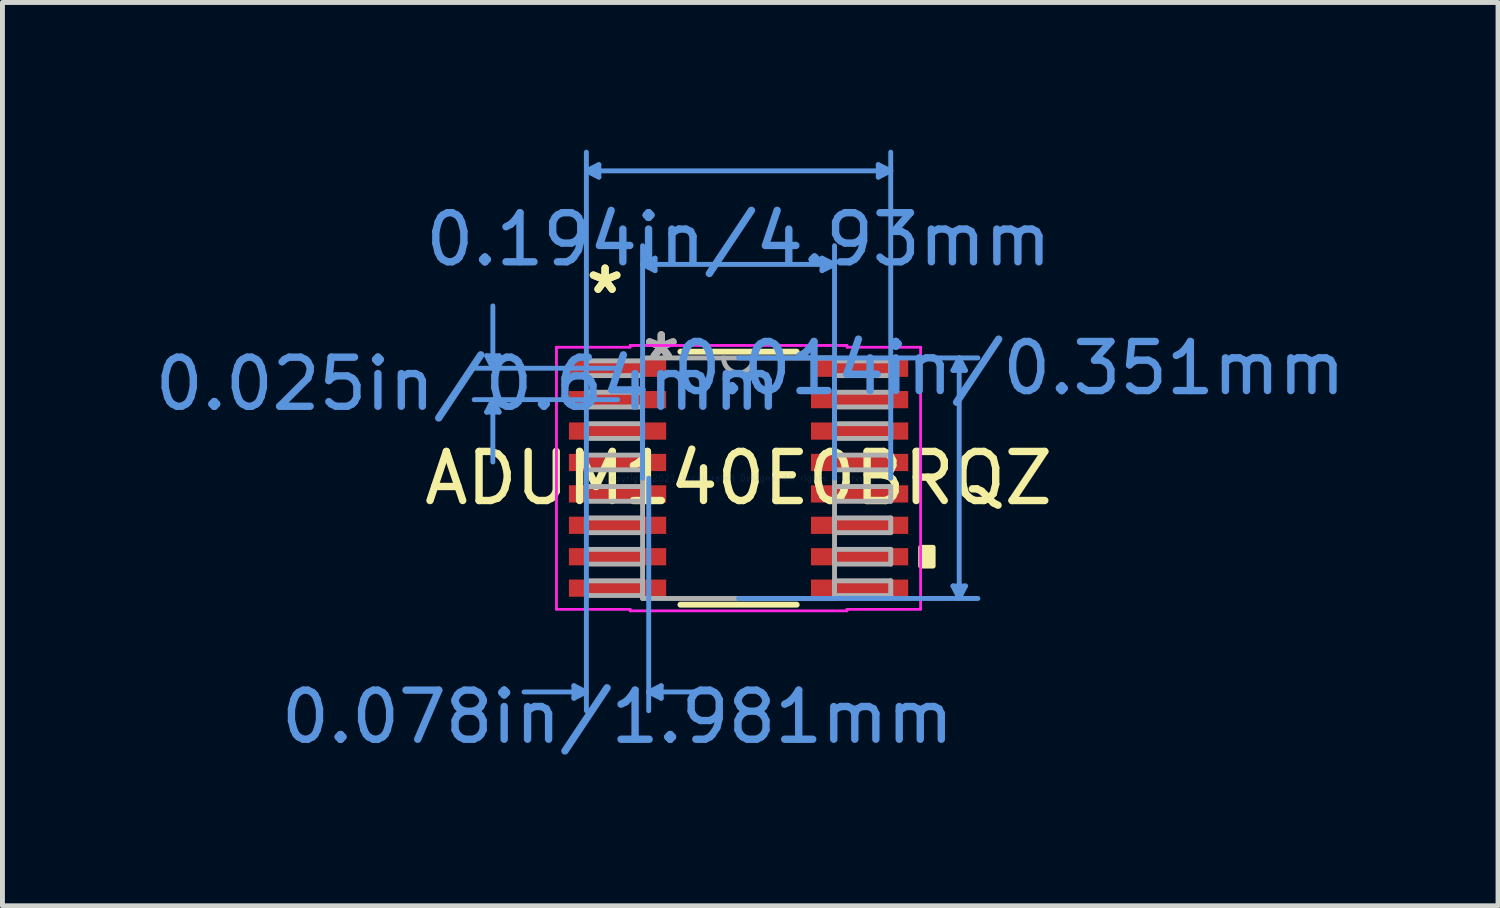
<source format=kicad_pcb>
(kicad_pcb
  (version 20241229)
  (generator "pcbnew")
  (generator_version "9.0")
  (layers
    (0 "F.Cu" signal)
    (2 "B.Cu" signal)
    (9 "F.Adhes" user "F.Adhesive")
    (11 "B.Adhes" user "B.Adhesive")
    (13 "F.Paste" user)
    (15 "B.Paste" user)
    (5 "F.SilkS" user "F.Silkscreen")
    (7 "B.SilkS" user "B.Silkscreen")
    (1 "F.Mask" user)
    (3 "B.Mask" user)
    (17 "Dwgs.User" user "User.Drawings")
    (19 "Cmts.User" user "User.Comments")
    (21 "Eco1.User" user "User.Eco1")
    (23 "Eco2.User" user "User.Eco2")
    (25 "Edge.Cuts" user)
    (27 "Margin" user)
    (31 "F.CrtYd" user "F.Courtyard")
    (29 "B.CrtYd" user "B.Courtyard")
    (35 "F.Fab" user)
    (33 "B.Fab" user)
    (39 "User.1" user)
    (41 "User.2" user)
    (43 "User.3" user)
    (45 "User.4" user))
  (footprint "ADUM140E0BRQZ"
    (layer "F.Cu")
    (at 11.995 6.691)
    (property "Reference" "ADUM140E0BRQZ" (at 0 0 0) (layer "F.SilkS") (effects (font (size 1 1) (thickness 0.15))))
    (attr through_hole)
    (fp_line (start -1.184 2.577) (end 1.184 2.577) (stroke (width 0.12) (type solid)) (layer "F.SilkS"))
    (fp_line (start 1.184 -2.577) (end -1.184 -2.577) (stroke (width 0.12) (type solid)) (layer "F.SilkS"))
    (fp_poly (pts (xy 3.964 1.409) (xy 3.964 1.79) (xy 3.71 1.79) (xy 3.71 1.409)) (stroke (width 0.1) (type solid)) (fill yes) (layer "F.SilkS"))
    (fp_line (start -5.132 -2.494) (end -4.878 -2.494) (stroke (width 0.1) (type solid)) (layer "Cmts.User"))
    (fp_line (start -5.132 -1.346) (end -4.878 -1.346) (stroke (width 0.1) (type solid)) (layer "Cmts.User"))
    (fp_line (start -5.005 -2.24) (end -5.132 -2.494) (stroke (width 0.1) (type solid)) (layer "Cmts.User"))
    (fp_line (start -5.005 -2.24) (end -5.005 -3.51) (stroke (width 0.1) (type solid)) (layer "Cmts.User"))
    (fp_line (start -5.005 -2.24) (end -4.878 -2.494) (stroke (width 0.1) (type solid)) (layer "Cmts.User"))
    (fp_line (start -5.005 -1.6) (end -5.132 -1.346) (stroke (width 0.1) (type solid)) (layer "Cmts.User"))
    (fp_line (start -5.005 -1.6) (end -5.005 -0.33) (stroke (width 0.1) (type solid)) (layer "Cmts.User"))
    (fp_line (start -5.005 -1.6) (end -4.878 -1.346) (stroke (width 0.1) (type solid)) (layer "Cmts.User"))
    (fp_line (start -3.354 4.228) (end -3.354 4.482) (stroke (width 0.1) (type solid)) (layer "Cmts.User"))
    (fp_line (start -3.1 -6.26) (end -2.846 -6.387) (stroke (width 0.1) (type solid)) (layer "Cmts.User"))
    (fp_line (start -3.1 -6.26) (end -2.846 -6.133) (stroke (width 0.1) (type solid)) (layer "Cmts.User"))
    (fp_line (start -3.1 -6.26) (end 3.1 -6.26) (stroke (width 0.1) (type solid)) (layer "Cmts.User"))
    (fp_line (start -3.1 0) (end -3.1 -6.641) (stroke (width 0.1) (type solid)) (layer "Cmts.User"))
    (fp_line (start -3.1 0) (end -3.1 4.736) (stroke (width 0.1) (type solid)) (layer "Cmts.User"))
    (fp_line (start -3.1 4.355) (end -4.37 4.355) (stroke (width 0.1) (type solid)) (layer "Cmts.User"))
    (fp_line (start -3.1 4.355) (end -3.354 4.228) (stroke (width 0.1) (type solid)) (layer "Cmts.User"))
    (fp_line (start -3.1 4.355) (end -3.354 4.482) (stroke (width 0.1) (type solid)) (layer "Cmts.User"))
    (fp_line (start -2.846 -6.387) (end -2.846 -6.133) (stroke (width 0.1) (type solid)) (layer "Cmts.User"))
    (fp_line (start -2.465 -2.24) (end -5.386 -2.24) (stroke (width 0.1) (type solid)) (layer "Cmts.User"))
    (fp_line (start -2.465 -1.6) (end -5.386 -1.6) (stroke (width 0.1) (type solid)) (layer "Cmts.User"))
    (fp_line (start -1.955 -4.355) (end -1.701 -4.482) (stroke (width 0.1) (type solid)) (layer "Cmts.User"))
    (fp_line (start -1.955 -4.355) (end -1.701 -4.228) (stroke (width 0.1) (type solid)) (layer "Cmts.User"))
    (fp_line (start -1.955 -4.355) (end 1.955 -4.355) (stroke (width 0.1) (type solid)) (layer "Cmts.User"))
    (fp_line (start -1.955 0) (end -1.955 -4.736) (stroke (width 0.1) (type solid)) (layer "Cmts.User"))
    (fp_line (start -1.83 0) (end -1.83 4.736) (stroke (width 0.1) (type solid)) (layer "Cmts.User"))
    (fp_line (start -1.83 4.355) (end -1.576 4.228) (stroke (width 0.1) (type solid)) (layer "Cmts.User"))
    (fp_line (start -1.83 4.355) (end -1.576 4.482) (stroke (width 0.1) (type solid)) (layer "Cmts.User"))
    (fp_line (start -1.83 4.355) (end -0.56 4.355) (stroke (width 0.1) (type solid)) (layer "Cmts.User"))
    (fp_line (start -1.701 -4.482) (end -1.701 -4.228) (stroke (width 0.1) (type solid)) (layer "Cmts.User"))
    (fp_line (start -1.576 4.228) (end -1.576 4.482) (stroke (width 0.1) (type solid)) (layer "Cmts.User"))
    (fp_line (start 0 -2.45) (end 4.876 -2.45) (stroke (width 0.1) (type solid)) (layer "Cmts.User"))
    (fp_line (start 0 2.45) (end 4.876 2.45) (stroke (width 0.1) (type solid)) (layer "Cmts.User"))
    (fp_line (start 1.701 -4.482) (end 1.701 -4.228) (stroke (width 0.1) (type solid)) (layer "Cmts.User"))
    (fp_line (start 1.955 -4.355) (end 1.701 -4.482) (stroke (width 0.1) (type solid)) (layer "Cmts.User"))
    (fp_line (start 1.955 -4.355) (end 1.701 -4.228) (stroke (width 0.1) (type solid)) (layer "Cmts.User"))
    (fp_line (start 1.955 0) (end 1.955 -4.736) (stroke (width 0.1) (type solid)) (layer "Cmts.User"))
    (fp_line (start 2.846 -6.387) (end 2.846 -6.133) (stroke (width 0.1) (type solid)) (layer "Cmts.User"))
    (fp_line (start 3.1 -6.26) (end 2.846 -6.387) (stroke (width 0.1) (type solid)) (layer "Cmts.User"))
    (fp_line (start 3.1 -6.26) (end 2.846 -6.133) (stroke (width 0.1) (type solid)) (layer "Cmts.User"))
    (fp_line (start 3.1 0) (end 3.1 -6.641) (stroke (width 0.1) (type solid)) (layer "Cmts.User"))
    (fp_line (start 4.368 -2.196) (end 4.622 -2.196) (stroke (width 0.1) (type solid)) (layer "Cmts.User"))
    (fp_line (start 4.368 2.196) (end 4.622 2.196) (stroke (width 0.1) (type solid)) (layer "Cmts.User"))
    (fp_line (start 4.495 -2.45) (end 4.368 -2.196) (stroke (width 0.1) (type solid)) (layer "Cmts.User"))
    (fp_line (start 4.495 -2.45) (end 4.495 2.45) (stroke (width 0.1) (type solid)) (layer "Cmts.User"))
    (fp_line (start 4.495 -2.45) (end 4.622 -2.196) (stroke (width 0.1) (type solid)) (layer "Cmts.User"))
    (fp_line (start 4.495 2.45) (end 4.368 2.196) (stroke (width 0.1) (type solid)) (layer "Cmts.User"))
    (fp_line (start 4.495 2.45) (end 4.622 2.196) (stroke (width 0.1) (type solid)) (layer "Cmts.User"))
    (fp_line (start -3.71 -2.669) (end -2.209 -2.669) (stroke (width 0.05) (type solid)) (layer "F.CrtYd"))
    (fp_line (start -3.71 -2.669) (end -2.209 -2.669) (stroke (width 0.05) (type solid)) (layer "F.CrtYd"))
    (fp_line (start -3.71 2.669) (end -3.71 -2.669) (stroke (width 0.05) (type solid)) (layer "F.CrtYd"))
    (fp_line (start -3.71 2.669) (end -3.71 -2.669) (stroke (width 0.05) (type solid)) (layer "F.CrtYd"))
    (fp_line (start -3.71 2.669) (end -2.209 2.669) (stroke (width 0.05) (type solid)) (layer "F.CrtYd"))
    (fp_line (start -2.209 -2.704) (end 2.209 -2.704) (stroke (width 0.05) (type solid)) (layer "F.CrtYd"))
    (fp_line (start -2.209 -2.704) (end 2.209 -2.704) (stroke (width 0.05) (type solid)) (layer "F.CrtYd"))
    (fp_line (start -2.209 -2.669) (end -2.209 -2.704) (stroke (width 0.05) (type solid)) (layer "F.CrtYd"))
    (fp_line (start -2.209 -2.669) (end -2.209 -2.704) (stroke (width 0.05) (type solid)) (layer "F.CrtYd"))
    (fp_line (start -2.209 2.669) (end -3.71 2.669) (stroke (width 0.05) (type solid)) (layer "F.CrtYd"))
    (fp_line (start -2.209 2.704) (end -2.209 2.669) (stroke (width 0.05) (type solid)) (layer "F.CrtYd"))
    (fp_line (start -2.209 2.704) (end -2.209 2.669) (stroke (width 0.05) (type solid)) (layer "F.CrtYd"))
    (fp_line (start 2.209 -2.704) (end 2.209 -2.669) (stroke (width 0.05) (type solid)) (layer "F.CrtYd"))
    (fp_line (start 2.209 -2.704) (end 2.209 -2.669) (stroke (width 0.05) (type solid)) (layer "F.CrtYd"))
    (fp_line (start 2.209 -2.669) (end 3.71 -2.669) (stroke (width 0.05) (type solid)) (layer "F.CrtYd"))
    (fp_line (start 2.209 2.669) (end 2.209 2.704) (stroke (width 0.05) (type solid)) (layer "F.CrtYd"))
    (fp_line (start 2.209 2.669) (end 2.209 2.704) (stroke (width 0.05) (type solid)) (layer "F.CrtYd"))
    (fp_line (start 2.209 2.704) (end -2.209 2.704) (stroke (width 0.05) (type solid)) (layer "F.CrtYd"))
    (fp_line (start 2.209 2.704) (end -2.209 2.704) (stroke (width 0.05) (type solid)) (layer "F.CrtYd"))
    (fp_line (start 3.71 -2.669) (end 2.209 -2.669) (stroke (width 0.05) (type solid)) (layer "F.CrtYd"))
    (fp_line (start 3.71 -2.669) (end 3.71 2.669) (stroke (width 0.05) (type solid)) (layer "F.CrtYd"))
    (fp_line (start 3.71 -2.669) (end 3.71 2.669) (stroke (width 0.05) (type solid)) (layer "F.CrtYd"))
    (fp_line (start 3.71 2.669) (end 2.209 2.669) (stroke (width 0.05) (type solid)) (layer "F.CrtYd"))
    (fp_line (start 3.71 2.669) (end 2.209 2.669) (stroke (width 0.05) (type solid)) (layer "F.CrtYd"))
    (fp_line (start -3.1 -2.39) (end -3.1 -2.09) (stroke (width 0.1) (type solid)) (layer "F.Fab"))
    (fp_line (start -3.1 -2.09) (end -1.955 -2.09) (stroke (width 0.1) (type solid)) (layer "F.Fab"))
    (fp_line (start -3.1 -1.75) (end -3.1 -1.45) (stroke (width 0.1) (type solid)) (layer "F.Fab"))
    (fp_line (start -3.1 -1.45) (end -1.955 -1.45) (stroke (width 0.1) (type solid)) (layer "F.Fab"))
    (fp_line (start -3.1 -1.11) (end -3.1 -0.81) (stroke (width 0.1) (type solid)) (layer "F.Fab"))
    (fp_line (start -3.1 -0.81) (end -1.955 -0.81) (stroke (width 0.1) (type solid)) (layer "F.Fab"))
    (fp_line (start -3.1 -0.47) (end -3.1 -0.17) (stroke (width 0.1) (type solid)) (layer "F.Fab"))
    (fp_line (start -3.1 -0.17) (end -1.955 -0.17) (stroke (width 0.1) (type solid)) (layer "F.Fab"))
    (fp_line (start -3.1 0.17) (end -3.1 0.47) (stroke (width 0.1) (type solid)) (layer "F.Fab"))
    (fp_line (start -3.1 0.47) (end -1.955 0.47) (stroke (width 0.1) (type solid)) (layer "F.Fab"))
    (fp_line (start -3.1 0.81) (end -3.1 1.11) (stroke (width 0.1) (type solid)) (layer "F.Fab"))
    (fp_line (start -3.1 1.11) (end -1.955 1.11) (stroke (width 0.1) (type solid)) (layer "F.Fab"))
    (fp_line (start -3.1 1.45) (end -3.1 1.75) (stroke (width 0.1) (type solid)) (layer "F.Fab"))
    (fp_line (start -3.1 1.75) (end -1.955 1.75) (stroke (width 0.1) (type solid)) (layer "F.Fab"))
    (fp_line (start -3.1 2.09) (end -3.1 2.39) (stroke (width 0.1) (type solid)) (layer "F.Fab"))
    (fp_line (start -3.1 2.39) (end -1.955 2.39) (stroke (width 0.1) (type solid)) (layer "F.Fab"))
    (fp_line (start -1.955 -2.45) (end -1.955 2.45) (stroke (width 0.1) (type solid)) (layer "F.Fab"))
    (fp_line (start -1.955 -2.39) (end -3.1 -2.39) (stroke (width 0.1) (type solid)) (layer "F.Fab"))
    (fp_line (start -1.955 -2.09) (end -1.955 -2.39) (stroke (width 0.1) (type solid)) (layer "F.Fab"))
    (fp_line (start -1.955 -1.75) (end -3.1 -1.75) (stroke (width 0.1) (type solid)) (layer "F.Fab"))
    (fp_line (start -1.955 -1.45) (end -1.955 -1.75) (stroke (width 0.1) (type solid)) (layer "F.Fab"))
    (fp_line (start -1.955 -1.11) (end -3.1 -1.11) (stroke (width 0.1) (type solid)) (layer "F.Fab"))
    (fp_line (start -1.955 -0.81) (end -1.955 -1.11) (stroke (width 0.1) (type solid)) (layer "F.Fab"))
    (fp_line (start -1.955 -0.47) (end -3.1 -0.47) (stroke (width 0.1) (type solid)) (layer "F.Fab"))
    (fp_line (start -1.955 -0.17) (end -1.955 -0.47) (stroke (width 0.1) (type solid)) (layer "F.Fab"))
    (fp_line (start -1.955 0.17) (end -3.1 0.17) (stroke (width 0.1) (type solid)) (layer "F.Fab"))
    (fp_line (start -1.955 0.47) (end -1.955 0.17) (stroke (width 0.1) (type solid)) (layer "F.Fab"))
    (fp_line (start -1.955 0.81) (end -3.1 0.81) (stroke (width 0.1) (type solid)) (layer "F.Fab"))
    (fp_line (start -1.955 1.11) (end -1.955 0.81) (stroke (width 0.1) (type solid)) (layer "F.Fab"))
    (fp_line (start -1.955 1.45) (end -3.1 1.45) (stroke (width 0.1) (type solid)) (layer "F.Fab"))
    (fp_line (start -1.955 1.75) (end -1.955 1.45) (stroke (width 0.1) (type solid)) (layer "F.Fab"))
    (fp_line (start -1.955 2.09) (end -3.1 2.09) (stroke (width 0.1) (type solid)) (layer "F.Fab"))
    (fp_line (start -1.955 2.39) (end -1.955 2.09) (stroke (width 0.1) (type solid)) (layer "F.Fab"))
    (fp_line (start -1.955 2.45) (end 1.955 2.45) (stroke (width 0.1) (type solid)) (layer "F.Fab"))
    (fp_line (start 1.955 -2.45) (end -1.955 -2.45) (stroke (width 0.1) (type solid)) (layer "F.Fab"))
    (fp_line (start 1.955 -2.39) (end 1.955 -2.09) (stroke (width 0.1) (type solid)) (layer "F.Fab"))
    (fp_line (start 1.955 -2.09) (end 3.1 -2.09) (stroke (width 0.1) (type solid)) (layer "F.Fab"))
    (fp_line (start 1.955 -1.75) (end 1.955 -1.45) (stroke (width 0.1) (type solid)) (layer "F.Fab"))
    (fp_line (start 1.955 -1.45) (end 3.1 -1.45) (stroke (width 0.1) (type solid)) (layer "F.Fab"))
    (fp_line (start 1.955 -1.11) (end 1.955 -0.81) (stroke (width 0.1) (type solid)) (layer "F.Fab"))
    (fp_line (start 1.955 -0.81) (end 3.1 -0.81) (stroke (width 0.1) (type solid)) (layer "F.Fab"))
    (fp_line (start 1.955 -0.47) (end 1.955 -0.17) (stroke (width 0.1) (type solid)) (layer "F.Fab"))
    (fp_line (start 1.955 -0.17) (end 3.1 -0.17) (stroke (width 0.1) (type solid)) (layer "F.Fab"))
    (fp_line (start 1.955 0.17) (end 1.955 0.47) (stroke (width 0.1) (type solid)) (layer "F.Fab"))
    (fp_line (start 1.955 0.47) (end 3.1 0.47) (stroke (width 0.1) (type solid)) (layer "F.Fab"))
    (fp_line (start 1.955 0.81) (end 1.955 1.11) (stroke (width 0.1) (type solid)) (layer "F.Fab"))
    (fp_line (start 1.955 1.11) (end 3.1 1.11) (stroke (width 0.1) (type solid)) (layer "F.Fab"))
    (fp_line (start 1.955 1.45) (end 1.955 1.75) (stroke (width 0.1) (type solid)) (layer "F.Fab"))
    (fp_line (start 1.955 1.75) (end 3.1 1.75) (stroke (width 0.1) (type solid)) (layer "F.Fab"))
    (fp_line (start 1.955 2.09) (end 1.955 2.39) (stroke (width 0.1) (type solid)) (layer "F.Fab"))
    (fp_line (start 1.955 2.39) (end 3.1 2.39) (stroke (width 0.1) (type solid)) (layer "F.Fab"))
    (fp_line (start 1.955 2.45) (end 1.955 -2.45) (stroke (width 0.1) (type solid)) (layer "F.Fab"))
    (fp_line (start 3.1 -2.39) (end 1.955 -2.39) (stroke (width 0.1) (type solid)) (layer "F.Fab"))
    (fp_line (start 3.1 -2.09) (end 3.1 -2.39) (stroke (width 0.1) (type solid)) (layer "F.Fab"))
    (fp_line (start 3.1 -1.75) (end 1.955 -1.75) (stroke (width 0.1) (type solid)) (layer "F.Fab"))
    (fp_line (start 3.1 -1.45) (end 3.1 -1.75) (stroke (width 0.1) (type solid)) (layer "F.Fab"))
    (fp_line (start 3.1 -1.11) (end 1.955 -1.11) (stroke (width 0.1) (type solid)) (layer "F.Fab"))
    (fp_line (start 3.1 -0.81) (end 3.1 -1.11) (stroke (width 0.1) (type solid)) (layer "F.Fab"))
    (fp_line (start 3.1 -0.47) (end 1.955 -0.47) (stroke (width 0.1) (type solid)) (layer "F.Fab"))
    (fp_line (start 3.1 -0.17) (end 3.1 -0.47) (stroke (width 0.1) (type solid)) (layer "F.Fab"))
    (fp_line (start 3.1 0.17) (end 1.955 0.17) (stroke (width 0.1) (type solid)) (layer "F.Fab"))
    (fp_line (start 3.1 0.47) (end 3.1 0.17) (stroke (width 0.1) (type solid)) (layer "F.Fab"))
    (fp_line (start 3.1 0.81) (end 1.955 0.81) (stroke (width 0.1) (type solid)) (layer "F.Fab"))
    (fp_line (start 3.1 1.11) (end 3.1 0.81) (stroke (width 0.1) (type solid)) (layer "F.Fab"))
    (fp_line (start 3.1 1.45) (end 1.955 1.45) (stroke (width 0.1) (type solid)) (layer "F.Fab"))
    (fp_line (start 3.1 1.75) (end 3.1 1.45) (stroke (width 0.1) (type solid)) (layer "F.Fab"))
    (fp_line (start 3.1 2.09) (end 1.955 2.09) (stroke (width 0.1) (type solid)) (layer "F.Fab"))
    (fp_line (start 3.1 2.39) (end 3.1 2.09) (stroke (width 0.1) (type solid)) (layer "F.Fab"))
    (fp_arc (start 0.3048 -2.45) (mid 0 -2.1452) (end -0.3048 -2.45) (stroke (width 0.1) (type solid)) (layer "F.Fab"))
    (fp_text user "*" (at -2.719 -3.734 0) (layer "F.SilkS") (effects (font (size 1 1) (thickness 0.15))))
    (fp_text user "*" (at -2.719 -3.734 0) (layer "F.SilkS") (effects (font (size 1 1) (thickness 0.15))))
    (fp_text user "0.025in/0.64mm" (at -5.513 -1.92 0) (layer "Cmts.User") (effects (font (size 1 1) (thickness 0.15))))
    (fp_text user "Copyright 2021 Accelerated Designs. All rights reserved." (at 0 0 0) (layer "Cmts.User") (effects (font (size 0.127 0.127) (thickness 0.002))))
    (fp_text user "0.194in/4.93mm" (at 0 -4.863 0) (layer "Cmts.User") (effects (font (size 1 1) (thickness 0.15))))
    (fp_text user "0.078in/1.981mm" (at -2.465 4.863 0) (layer "Cmts.User") (effects (font (size 1 1) (thickness 0.15))))
    (fp_text user "0.014in/0.351mm" (at 5.513 -2.24 0) (layer "Cmts.User") (effects (font (size 1 1) (thickness 0.15))))
    (fp_text user "*" (at -1.574 -2.374 0) (layer "F.Fab") (effects (font (size 1 1) (thickness 0.15))))
    (fp_text user "*" (at -1.574 -2.374 0) (layer "F.Fab") (effects (font (size 1 1) (thickness 0.15))))
    (pad "1" smd rect (at -2.465 -2.24) (size 1.981 0.351) (layers "F.Cu" "F.Mask" "F.Paste"))
    (pad "2" smd rect (at -2.465 -1.6) (size 1.981 0.351) (layers "F.Cu" "F.Mask" "F.Paste"))
    (pad "3" smd rect (at -2.465 -0.96) (size 1.981 0.351) (layers "F.Cu" "F.Mask" "F.Paste"))
    (pad "4" smd rect (at -2.465 -0.32) (size 1.981 0.351) (layers "F.Cu" "F.Mask" "F.Paste"))
    (pad "5" smd rect (at -2.465 0.32) (size 1.981 0.351) (layers "F.Cu" "F.Mask" "F.Paste"))
    (pad "6" smd rect (at -2.465 0.96) (size 1.981 0.351) (layers "F.Cu" "F.Mask" "F.Paste"))
    (pad "7" smd rect (at -2.465 1.6) (size 1.981 0.351) (layers "F.Cu" "F.Mask" "F.Paste"))
    (pad "8" smd rect (at -2.465 2.24) (size 1.981 0.351) (layers "F.Cu" "F.Mask" "F.Paste"))
    (pad "9" smd rect (at 2.465 2.24) (size 1.981 0.351) (layers "F.Cu" "F.Mask" "F.Paste"))
    (pad "10" smd rect (at 2.465 1.6) (size 1.981 0.351) (layers "F.Cu" "F.Mask" "F.Paste"))
    (pad "11" smd rect (at 2.465 0.96) (size 1.981 0.351) (layers "F.Cu" "F.Mask" "F.Paste"))
    (pad "12" smd rect (at 2.465 0.32) (size 1.981 0.351) (layers "F.Cu" "F.Mask" "F.Paste"))
    (pad "13" smd rect (at 2.465 -0.32) (size 1.981 0.351) (layers "F.Cu" "F.Mask" "F.Paste"))
    (pad "14" smd rect (at 2.465 -0.96) (size 1.981 0.351) (layers "F.Cu" "F.Mask" "F.Paste"))
    (pad "15" smd rect (at 2.465 -1.6) (size 1.981 0.351) (layers "F.Cu" "F.Mask" "F.Paste"))
    (pad "16" smd rect (at 2.465 -2.24) (size 1.981 0.351) (layers "F.Cu" "F.Mask" "F.Paste")))
  (gr_rect
    (start -3 -3)
    (end 27.466 15.402)
    (stroke (width 0.1) (type default))
    (fill no)
    (layer "Edge.Cuts")))
</source>
